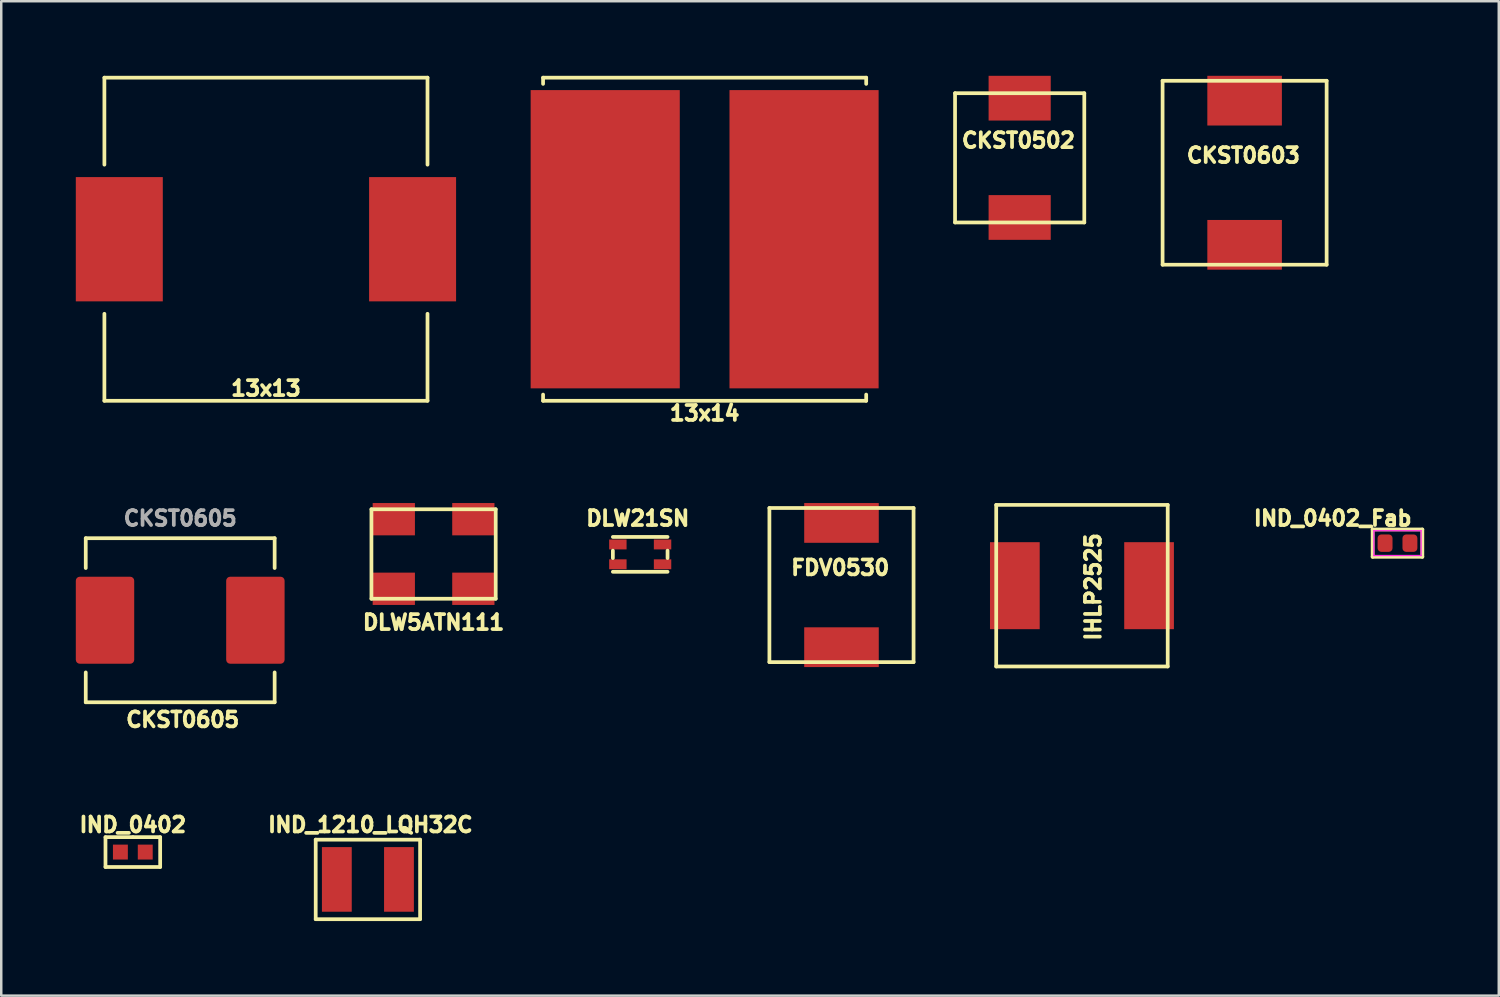
<source format=kicad_pcb>
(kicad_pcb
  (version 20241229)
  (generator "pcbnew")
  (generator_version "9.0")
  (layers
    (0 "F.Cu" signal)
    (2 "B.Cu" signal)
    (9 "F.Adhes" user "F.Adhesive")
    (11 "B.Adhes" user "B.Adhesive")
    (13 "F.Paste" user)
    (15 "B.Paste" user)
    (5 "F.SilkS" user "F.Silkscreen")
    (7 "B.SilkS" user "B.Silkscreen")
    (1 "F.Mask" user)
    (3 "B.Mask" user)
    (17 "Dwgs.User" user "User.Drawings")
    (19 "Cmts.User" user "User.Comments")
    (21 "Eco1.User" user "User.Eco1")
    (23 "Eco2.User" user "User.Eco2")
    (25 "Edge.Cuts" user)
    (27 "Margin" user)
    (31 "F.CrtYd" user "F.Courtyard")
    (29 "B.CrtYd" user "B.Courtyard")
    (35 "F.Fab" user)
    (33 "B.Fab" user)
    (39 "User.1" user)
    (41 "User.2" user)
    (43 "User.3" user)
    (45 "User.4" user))
  (footprint "DLW5ATN111"
    (layer "F.Cu")
    (at 14.394 19.239)
    (property "Reference" "DLW5ATN111" (at 0 2.75 0) (unlocked yes) (layer "F.SilkS") (effects (font (size 0.6 0.6) (thickness 0.15))))
    (attr through_hole)
    (fp_line (start -2.5 -1.8) (end 2.5 -1.8) (stroke (width 0.15) (type solid)) (layer "F.SilkS"))
    (fp_line (start -2.5 1.8) (end -2.5 -1.8) (stroke (width 0.15) (type solid)) (layer "F.SilkS"))
    (fp_line (start 2.5 -1.8) (end 2.5 1.8) (stroke (width 0.15) (type solid)) (layer "F.SilkS"))
    (fp_line (start 2.5 1.8) (end -2.5 1.8) (stroke (width 0.15) (type solid)) (layer "F.SilkS"))
    (pad "1" smd rect (at -1.6 -1.4) (size 1.7 1.3) (layers "F.Cu" "F.Mask" "F.Paste"))
    (pad "2" smd rect (at -1.6 1.4) (size 1.7 1.3) (layers "F.Cu" "F.Mask" "F.Paste"))
    (pad "3" smd rect (at 1.6 1.4) (size 1.7 1.3) (layers "F.Cu" "F.Mask" "F.Paste"))
    (pad "4" smd rect (at 1.6 -1.4) (size 1.7 1.3) (layers "F.Cu" "F.Mask" "F.Paste")))
  (footprint "CKST0603"
    (layer "F.Cu")
    (at 47.025 3.9)
    (property "Reference" "CKST0603" (at -0.05 -0.7 0) (layer "F.SilkS") (effects (font (size 0.6 0.6) (thickness 0.15))))
    (attr through_hole)
    (fp_line (start -3.3 -3.7) (end 3.3 -3.7) (stroke (width 0.15) (type solid)) (layer "F.SilkS"))
    (fp_line (start -3.3 3.7) (end -3.3 -3.7) (stroke (width 0.15) (type solid)) (layer "F.SilkS"))
    (fp_line (start 3.3 -3.7) (end 3.3 3.7) (stroke (width 0.15) (type solid)) (layer "F.SilkS"))
    (fp_line (start 3.3 3.7) (end -3.3 3.7) (stroke (width 0.15) (type solid)) (layer "F.SilkS"))
    (pad "1" smd rect (at 0 -2.9) (size 3 2) (layers "F.Cu" "F.Mask" "F.Paste"))
    (pad "2" smd rect (at 0 2.9) (size 3 2) (layers "F.Cu" "F.Mask" "F.Paste")))
  (footprint "FDV0530"
    (layer "F.Cu")
    (at 30.806 20.489)
    (property "Reference" "FDV0530" (at -0.05 -0.7 0) (layer "F.SilkS") (effects (font (size 0.6 0.6) (thickness 0.15))))
    (attr through_hole)
    (fp_line (start -2.9 -3.1) (end 2.9 -3.1) (stroke (width 0.15) (type solid)) (layer "F.SilkS"))
    (fp_line (start -2.9 3.1) (end -2.9 -3.1) (stroke (width 0.15) (type solid)) (layer "F.SilkS"))
    (fp_line (start 2.9 -3.1) (end 2.9 3.1) (stroke (width 0.15) (type solid)) (layer "F.SilkS"))
    (fp_line (start 2.9 3.1) (end -2.9 3.1) (stroke (width 0.15) (type solid)) (layer "F.SilkS"))
    (pad "1" smd rect (at 0 -2.5) (size 3 1.6) (layers "F.Cu" "F.Mask" "F.Paste"))
    (pad "2" smd rect (at 0 2.5) (size 3 1.6) (layers "F.Cu" "F.Mask" "F.Paste")))
  (footprint "IND_0402_Fab"
    (layer "F.Cu")
    (at 53.176 18.803)
    (property "Reference" "IND_0402_Fab" (at 0.65 -1 0) (layer "F.SilkS") (effects (font (size 0.6 0.6) (thickness 0.15)) (justify right)))
    (attr smd)
    (fp_line (start -1 -0.55) (end 1 -0.55) (stroke (width 0.15) (type solid)) (layer "F.SilkS"))
    (fp_line (start -1 0.55) (end -1 -0.55) (stroke (width 0.15) (type solid)) (layer "F.SilkS"))
    (fp_line (start 1 -0.55) (end 1 0.55) (stroke (width 0.15) (type solid)) (layer "F.SilkS"))
    (fp_line (start 1 0.55) (end -1 0.55) (stroke (width 0.15) (type solid)) (layer "F.SilkS"))
    (fp_line (start -0.95 -0.5) (end 0.95 -0.5) (stroke (width 0.05) (type default)) (layer "F.CrtYd"))
    (fp_line (start -0.95 0.5) (end -0.95 -0.5) (stroke (width 0.05) (type default)) (layer "F.CrtYd"))
    (fp_line (start 0.95 -0.5) (end 0.95 0.5) (stroke (width 0.05) (type default)) (layer "F.CrtYd"))
    (fp_line (start 0.95 0.5) (end -0.95 0.5) (stroke (width 0.05) (type default)) (layer "F.CrtYd"))
    (pad "1" smd roundrect (at -0.5 0) (size 0.6 0.7) (layers "F.Cu" "F.Mask" "F.Paste") (roundrect_rratio 0.25))
    (pad "2" smd roundrect (at 0.5 0) (size 0.6 0.7) (layers "F.Cu" "F.Mask" "F.Paste") (roundrect_rratio 0.25)))
  (footprint "13x13"
    (layer "F.Cu")
    (at 7.65 6.575)
    (property "Reference" "13x13" (at 0 6 0) (layer "F.SilkS") (effects (font (size 0.6 0.6) (thickness 0.15))))
    (attr through_hole)
    (fp_line (start -6.5 -6.5) (end 6.5 -6.5) (stroke (width 0.15) (type solid)) (layer "F.SilkS"))
    (fp_line (start -6.5 -3) (end -6.5 -6.5) (stroke (width 0.15) (type solid)) (layer "F.SilkS"))
    (fp_line (start -6.5 3) (end -6.5 6.5) (stroke (width 0.15) (type solid)) (layer "F.SilkS"))
    (fp_line (start -6.5 6.5) (end 6.5 6.5) (stroke (width 0.15) (type solid)) (layer "F.SilkS"))
    (fp_line (start 6.5 -6.5) (end 6.5 -3) (stroke (width 0.15) (type solid)) (layer "F.SilkS"))
    (fp_line (start 6.5 6.5) (end 6.5 3) (stroke (width 0.15) (type solid)) (layer "F.SilkS"))
    (pad "1" smd rect (at -5.9 0) (size 3.5 5) (layers "F.Cu" "F.Mask" "F.Paste"))
    (pad "2" smd rect (at 5.9 0) (size 3.5 5) (layers "F.Cu" "F.Mask" "F.Paste")))
  (footprint "IND_0402"
    (layer "F.Cu")
    (at 2.294 31.232)
    (property "Reference" "IND_0402" (at 0 -1.1 0) (layer "F.SilkS") (effects (font (size 0.6 0.6) (thickness 0.15))))
    (attr smd)
    (fp_line (start -1.1 -0.6) (end 0 -0.6) (stroke (width 0.15) (type solid)) (layer "F.SilkS"))
    (fp_line (start -1.1 0.6) (end -1.1 -0.6) (stroke (width 0.15) (type solid)) (layer "F.SilkS"))
    (fp_line (start 0 -0.6) (end 1.1 -0.6) (stroke (width 0.15) (type solid)) (layer "F.SilkS"))
    (fp_line (start 1.1 -0.6) (end 1.1 0.6) (stroke (width 0.15) (type solid)) (layer "F.SilkS"))
    (fp_line (start 1.1 0.6) (end -1.1 0.6) (stroke (width 0.15) (type solid)) (layer "F.SilkS"))
    (pad "1" smd rect (at -0.5 0) (size 0.6 0.6) (layers "F.Cu" "F.Mask" "F.Paste"))
    (pad "2" smd rect (at 0.5 0) (size 0.6 0.6) (layers "F.Cu" "F.Mask" "F.Paste")))
  (footprint "13x14"
    (layer "F.Cu")
    (at 25.3 6.575)
    (property "Reference" "13x14" (at 0 7 0) (layer "F.SilkS") (effects (font (size 0.6 0.6) (thickness 0.15))))
    (attr through_hole)
    (fp_line (start -6.5 -6.5) (end 6.5 -6.5) (stroke (width 0.15) (type solid)) (layer "F.SilkS"))
    (fp_line (start -6.5 -6.25) (end -6.5 -6.5) (stroke (width 0.15) (type solid)) (layer "F.SilkS"))
    (fp_line (start -6.5 6.5) (end -6.5 6.25) (stroke (width 0.15) (type solid)) (layer "F.SilkS"))
    (fp_line (start 6.5 -6.5) (end 6.5 -6.25) (stroke (width 0.15) (type solid)) (layer "F.SilkS"))
    (fp_line (start 6.5 6.5) (end -6.5 6.5) (stroke (width 0.15) (type solid)) (layer "F.SilkS"))
    (fp_line (start 6.5 6.5) (end 6.5 6.25) (stroke (width 0.15) (type solid)) (layer "F.SilkS"))
    (pad "1" smd rect (at -4 0) (size 6 12) (layers "F.Cu" "F.Mask" "F.Paste"))
    (pad "2" smd rect (at 4 0) (size 6 12) (layers "F.Cu" "F.Mask" "F.Paste")))
  (footprint "DLW21SN"
    (layer "F.Cu")
    (at 22.708 19.254)
    (property "Reference" "DLW21SN" (at -0.099 -1.45 0) (layer "F.SilkS") (effects (font (size 0.6 0.6) (thickness 0.15))))
    (attr through_hole)
    (fp_line (start -1.1 -0.701) (end 1.1 -0.701) (stroke (width 0.15) (type solid)) (layer "F.SilkS"))
    (fp_line (start -1.1 -0.15) (end -1.1 0.15) (stroke (width 0.15) (type solid)) (layer "F.SilkS"))
    (fp_line (start -1.1 0.701) (end 1.1 0.701) (stroke (width 0.15) (type solid)) (layer "F.SilkS"))
    (fp_line (start 1.1 -0.15) (end 1.1 0.15) (stroke (width 0.15) (type solid)) (layer "F.SilkS"))
    (pad "1" smd rect (at -0.899 -0.399) (size 0.701 0.399) (layers "F.Cu" "F.Mask" "F.Paste"))
    (pad "2" smd rect (at 0.899 -0.399) (size 0.701 0.399) (layers "F.Cu" "F.Mask" "F.Paste"))
    (pad "3" smd rect (at 0.899 0.399) (size 0.701 0.399) (layers "F.Cu" "F.Mask" "F.Paste"))
    (pad "4" smd rect (at -0.899 0.399) (size 0.701 0.399) (layers "F.Cu" "F.Mask" "F.Paste")))
  (footprint "IND_1210_LQH32C"
    (layer "F.Cu")
    (at 11.752 32.332)
    (property "Reference" "IND_1210_LQH32C" (at 0.1 -2.2 0) (layer "F.SilkS") (effects (font (size 0.6 0.6) (thickness 0.15))))
    (attr smd)
    (fp_line (start -2.1 -1.6) (end 2.1 -1.6) (stroke (width 0.15) (type solid)) (layer "F.SilkS"))
    (fp_line (start -2.1 1.6) (end -2.1 -1.6) (stroke (width 0.15) (type solid)) (layer "F.SilkS"))
    (fp_line (start 2.1 -1.6) (end 2.1 1.6) (stroke (width 0.15) (type solid)) (layer "F.SilkS"))
    (fp_line (start 2.1 1.6) (end -2.1 1.6) (stroke (width 0.15) (type solid)) (layer "F.SilkS"))
    (pad "1" smd rect (at -1.25 0) (size 1.2 2.6) (layers "F.Cu" "F.Mask" "F.Paste"))
    (pad "2" smd rect (at 1.25 0) (size 1.2 2.6) (layers "F.Cu" "F.Mask" "F.Paste")))
  (footprint "IHLP2525"
    (layer "F.Cu")
    (at 40.481 20.514)
    (property "Reference" "IHLP2525" (at 0.45 0.05 90) (layer "F.SilkS") (effects (font (size 0.6 0.6) (thickness 0.15))))
    (attr through_hole)
    (fp_line (start -3.45 -3.25) (end 3.45 -3.25) (stroke (width 0.15) (type solid)) (layer "F.SilkS"))
    (fp_line (start -3.45 3.25) (end -3.45 -3.25) (stroke (width 0.15) (type solid)) (layer "F.SilkS"))
    (fp_line (start 3.45 -3.25) (end 3.45 3.25) (stroke (width 0.15) (type solid)) (layer "F.SilkS"))
    (fp_line (start 3.45 3.25) (end -3.45 3.25) (stroke (width 0.15) (type solid)) (layer "F.SilkS"))
    (pad "1" smd rect (at -2.7 0) (size 2 3.5) (layers "F.Cu" "F.Mask" "F.Paste"))
    (pad "2" smd rect (at 2.7 0) (size 2 3.5) (layers "F.Cu" "F.Mask" "F.Paste")))
  (footprint "CKST0502"
    (layer "F.Cu")
    (at 37.975 3.3)
    (property "Reference" "CKST0502" (at -0.05 -0.7 0) (layer "F.SilkS") (effects (font (size 0.6 0.6) (thickness 0.15))))
    (attr through_hole)
    (fp_line (start -2.6 -2.6) (end 2.6 -2.6) (stroke (width 0.15) (type solid)) (layer "F.SilkS"))
    (fp_line (start -2.6 2.6) (end -2.6 -2.6) (stroke (width 0.15) (type solid)) (layer "F.SilkS"))
    (fp_line (start 2.6 -2.6) (end 2.6 2.6) (stroke (width 0.15) (type solid)) (layer "F.SilkS"))
    (fp_line (start 2.6 2.6) (end -2.6 2.6) (stroke (width 0.15) (type solid)) (layer "F.SilkS"))
    (pad "1" smd rect (at 0 -2.4) (size 2.5 1.8) (layers "F.Cu" "F.Mask" "F.Paste"))
    (pad "2" smd rect (at 0 2.4) (size 2.5 1.8) (layers "F.Cu" "F.Mask" "F.Paste")))
  (footprint "CKST0605"
    (layer "F.Cu")
    (at 4.2 21.904)
    (property "Reference" "CKST0605" (at 0.1 4 0) (unlocked yes) (layer "F.SilkS") (effects (font (size 0.6 0.6) (thickness 0.15) (bold yes))))
    (attr smd)
    (fp_line (start -3.8 -3.3) (end -3.8 -2.1) (stroke (width 0.15) (type default)) (layer "F.SilkS"))
    (fp_line (start -3.8 3.3) (end -3.8 2.1) (stroke (width 0.15) (type default)) (layer "F.SilkS"))
    (fp_line (start -3.8 3.3) (end 3.8 3.3) (stroke (width 0.15) (type default)) (layer "F.SilkS"))
    (fp_line (start 3.8 -3.3) (end -3.8 -3.3) (stroke (width 0.15) (type default)) (layer "F.SilkS"))
    (fp_line (start 3.8 -3.3) (end 3.8 -2.1) (stroke (width 0.15) (type default)) (layer "F.SilkS"))
    (fp_line (start 3.8 3.3) (end 3.8 2.1) (stroke (width 0.15) (type default)) (layer "F.SilkS"))
    (fp_text user "${REFERENCE}" (at 0 -4.1 0) (unlocked yes) (layer "F.Fab") (effects (font (size 0.6 0.6) (thickness 0.15))))
    (pad "1" smd roundrect (at -3.025 0) (size 2.35 3.5) (layers "F.Cu" "F.Mask" "F.Paste") (roundrect_rratio 0.068))
    (pad "2" smd roundrect (at 3.025 0) (size 2.35 3.5) (layers "F.Cu" "F.Mask" "F.Paste") (roundrect_rratio 0.068)))
  (gr_rect
    (start -3 -3)
    (end 57.251 37.007)
    (stroke (width 0.1) (type default))
    (fill no)
    (layer "Edge.Cuts")))
</source>
